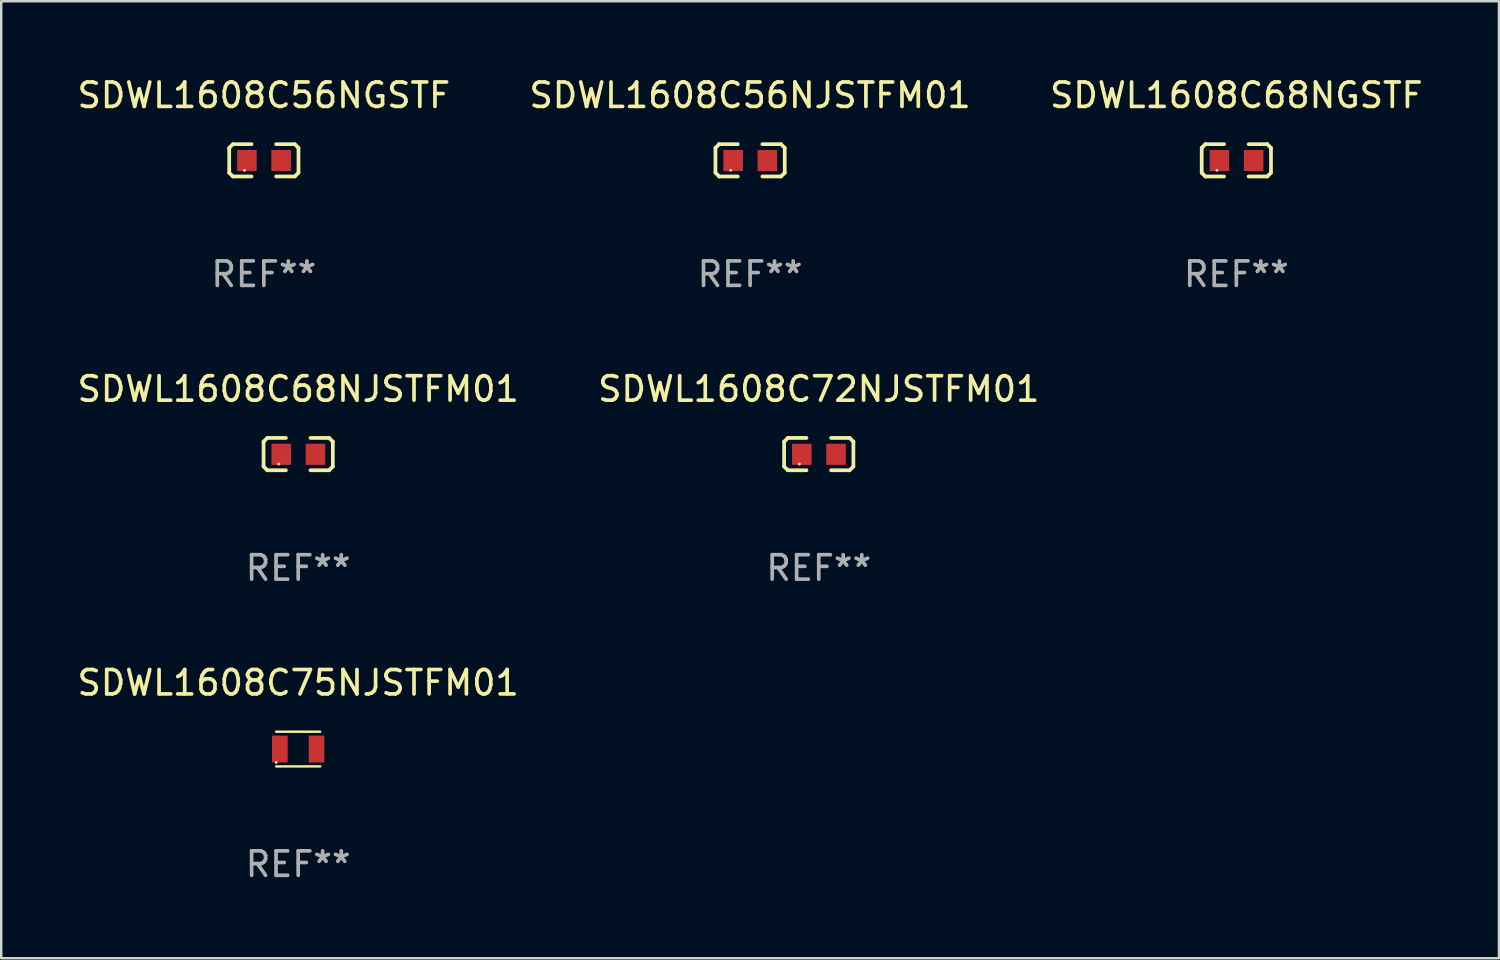
<source format=kicad_pcb>
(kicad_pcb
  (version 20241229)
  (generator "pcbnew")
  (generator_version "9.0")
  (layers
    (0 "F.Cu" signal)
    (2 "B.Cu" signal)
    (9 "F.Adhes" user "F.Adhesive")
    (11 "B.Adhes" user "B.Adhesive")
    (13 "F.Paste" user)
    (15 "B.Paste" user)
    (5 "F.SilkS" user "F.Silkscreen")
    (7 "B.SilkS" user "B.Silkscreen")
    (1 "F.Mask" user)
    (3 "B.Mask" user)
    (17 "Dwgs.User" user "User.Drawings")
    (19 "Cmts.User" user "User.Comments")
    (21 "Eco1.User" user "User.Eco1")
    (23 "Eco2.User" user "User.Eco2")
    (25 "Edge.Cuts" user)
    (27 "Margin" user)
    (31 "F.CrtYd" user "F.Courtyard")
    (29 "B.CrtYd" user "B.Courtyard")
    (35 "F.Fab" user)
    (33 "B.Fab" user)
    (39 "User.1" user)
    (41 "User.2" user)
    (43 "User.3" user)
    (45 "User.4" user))
  (footprint "SDWL1608C75NJSTFM01"
    (layer "F.Cu")
    (at 9.149 27.594)
    (property "Reference" "SDWL1608C75NJSTFM01" (at 0 -2.71 0) (layer "F.SilkS") (effects (font (size 1 1) (thickness 0.15))))
    (attr through_hole)
    (fp_line (start -0.9 -0.71) (end 0.9 -0.71) (stroke (width 0.1) (type solid)) (layer "F.SilkS"))
    (fp_line (start 0.9 0.71) (end -0.9 0.71) (stroke (width 0.1) (type solid)) (layer "F.SilkS"))
    (fp_circle (center -0.9 0.55) (end -0.87 0.55) (stroke (width 0.06) (type solid)) (fill no) (layer "F.SilkS"))
    (fp_text user "REF**" (at 0 4.71 0) (layer "F.Fab") (effects (font (size 1 1) (thickness 0.15))))
    (pad "1" smd rect (at -0.75 0) (size 0.64 1.1) (layers "F.Cu" "F.Mask" "F.Paste"))
    (pad "2" smd rect (at 0.75 0) (size 0.64 1.1) (layers "F.Cu" "F.Mask" "F.Paste")))
  (footprint "SDWL1608C56NJSTFM01"
    (layer "F.Cu")
    (at 27.637 3.509)
    (property "Reference" "SDWL1608C56NJSTFM01" (at 0 -2.661 0) (layer "F.SilkS") (effects (font (size 1 1) (thickness 0.15))))
    (attr through_hole)
    (fp_line (start -1.417 -0.508) (end -1.265 -0.661) (stroke (width 0.152) (type solid)) (layer "F.SilkS"))
    (fp_line (start -1.417 0.508) (end -1.417 -0.508) (stroke (width 0.152) (type solid)) (layer "F.SilkS"))
    (fp_line (start -1.265 -0.661) (end -0.503 -0.661) (stroke (width 0.152) (type solid)) (layer "F.SilkS"))
    (fp_line (start -1.265 0.661) (end -1.417 0.508) (stroke (width 0.152) (type solid)) (layer "F.SilkS"))
    (fp_line (start -1.265 0.661) (end -0.503 0.661) (stroke (width 0.152) (type solid)) (layer "F.SilkS"))
    (fp_line (start 1.265 -0.661) (end 0.503 -0.661) (stroke (width 0.152) (type solid)) (layer "F.SilkS"))
    (fp_line (start 1.265 -0.661) (end 1.417 -0.508) (stroke (width 0.152) (type solid)) (layer "F.SilkS"))
    (fp_line (start 1.265 0.661) (end 0.503 0.661) (stroke (width 0.152) (type solid)) (layer "F.SilkS"))
    (fp_line (start 1.417 -0.508) (end 1.417 0.508) (stroke (width 0.152) (type solid)) (layer "F.SilkS"))
    (fp_line (start 1.417 0.508) (end 1.265 0.661) (stroke (width 0.152) (type solid)) (layer "F.SilkS"))
    (fp_circle (center -0.793 0.409) (end -0.763 0.409) (stroke (width 0.06) (type solid)) (fill no) (layer "F.SilkS"))
    (fp_text user "REF**" (at 0 4.661 0) (layer "F.Fab") (effects (font (size 1 1) (thickness 0.15))))
    (pad "1" smd rect (at -0.693 0.009 180) (size 0.8 0.864) (layers "F.Cu" "F.Mask" "F.Paste"))
    (pad "2" smd rect (at 0.707 0.009 180) (size 0.8 0.864) (layers "F.Cu" "F.Mask" "F.Paste")))
  (footprint "SDWL1608C56NGSTF"
    (layer "F.Cu")
    (at 7.744 3.509)
    (property "Reference" "SDWL1608C56NGSTF" (at 0 -2.661 0) (layer "F.SilkS") (effects (font (size 1 1) (thickness 0.15))))
    (attr through_hole)
    (fp_line (start -1.417 -0.508) (end -1.265 -0.661) (stroke (width 0.152) (type solid)) (layer "F.SilkS"))
    (fp_line (start -1.417 0.508) (end -1.417 -0.508) (stroke (width 0.152) (type solid)) (layer "F.SilkS"))
    (fp_line (start -1.265 -0.661) (end -0.503 -0.661) (stroke (width 0.152) (type solid)) (layer "F.SilkS"))
    (fp_line (start -1.265 0.661) (end -1.417 0.508) (stroke (width 0.152) (type solid)) (layer "F.SilkS"))
    (fp_line (start -1.265 0.661) (end -0.503 0.661) (stroke (width 0.152) (type solid)) (layer "F.SilkS"))
    (fp_line (start 1.265 -0.661) (end 0.503 -0.661) (stroke (width 0.152) (type solid)) (layer "F.SilkS"))
    (fp_line (start 1.265 -0.661) (end 1.417 -0.508) (stroke (width 0.152) (type solid)) (layer "F.SilkS"))
    (fp_line (start 1.265 0.661) (end 0.503 0.661) (stroke (width 0.152) (type solid)) (layer "F.SilkS"))
    (fp_line (start 1.417 -0.508) (end 1.417 0.508) (stroke (width 0.152) (type solid)) (layer "F.SilkS"))
    (fp_line (start 1.417 0.508) (end 1.265 0.661) (stroke (width 0.152) (type solid)) (layer "F.SilkS"))
    (fp_circle (center -0.793 0.409) (end -0.763 0.409) (stroke (width 0.06) (type solid)) (fill no) (layer "F.SilkS"))
    (fp_text user "REF**" (at 0 4.661 0) (layer "F.Fab") (effects (font (size 1 1) (thickness 0.15))))
    (pad "1" smd rect (at -0.693 0.009 180) (size 0.8 0.864) (layers "F.Cu" "F.Mask" "F.Paste"))
    (pad "2" smd rect (at 0.707 0.009 180) (size 0.8 0.864) (layers "F.Cu" "F.Mask" "F.Paste")))
  (footprint "SDWL1608C68NJSTFM01"
    (layer "F.Cu")
    (at 9.149 15.527)
    (property "Reference" "SDWL1608C68NJSTFM01" (at 0 -2.661 0) (layer "F.SilkS") (effects (font (size 1 1) (thickness 0.15))))
    (attr through_hole)
    (fp_line (start -1.417 -0.508) (end -1.265 -0.661) (stroke (width 0.152) (type solid)) (layer "F.SilkS"))
    (fp_line (start -1.417 0.508) (end -1.417 -0.508) (stroke (width 0.152) (type solid)) (layer "F.SilkS"))
    (fp_line (start -1.265 -0.661) (end -0.503 -0.661) (stroke (width 0.152) (type solid)) (layer "F.SilkS"))
    (fp_line (start -1.265 0.661) (end -1.417 0.508) (stroke (width 0.152) (type solid)) (layer "F.SilkS"))
    (fp_line (start -1.265 0.661) (end -0.503 0.661) (stroke (width 0.152) (type solid)) (layer "F.SilkS"))
    (fp_line (start 1.265 -0.661) (end 0.503 -0.661) (stroke (width 0.152) (type solid)) (layer "F.SilkS"))
    (fp_line (start 1.265 -0.661) (end 1.417 -0.508) (stroke (width 0.152) (type solid)) (layer "F.SilkS"))
    (fp_line (start 1.265 0.661) (end 0.503 0.661) (stroke (width 0.152) (type solid)) (layer "F.SilkS"))
    (fp_line (start 1.417 -0.508) (end 1.417 0.508) (stroke (width 0.152) (type solid)) (layer "F.SilkS"))
    (fp_line (start 1.417 0.508) (end 1.265 0.661) (stroke (width 0.152) (type solid)) (layer "F.SilkS"))
    (fp_circle (center -0.793 0.409) (end -0.763 0.409) (stroke (width 0.06) (type solid)) (fill no) (layer "F.SilkS"))
    (fp_text user "REF**" (at 0 4.661 0) (layer "F.Fab") (effects (font (size 1 1) (thickness 0.15))))
    (pad "1" smd rect (at -0.693 0.009 180) (size 0.8 0.864) (layers "F.Cu" "F.Mask" "F.Paste"))
    (pad "2" smd rect (at 0.707 0.009 180) (size 0.8 0.864) (layers "F.Cu" "F.Mask" "F.Paste")))
  (footprint "SDWL1608C68NGSTF"
    (layer "F.Cu")
    (at 47.53 3.509)
    (property "Reference" "SDWL1608C68NGSTF" (at 0 -2.661 0) (layer "F.SilkS") (effects (font (size 1 1) (thickness 0.15))))
    (attr through_hole)
    (fp_line (start -1.417 -0.508) (end -1.265 -0.661) (stroke (width 0.152) (type solid)) (layer "F.SilkS"))
    (fp_line (start -1.417 0.508) (end -1.417 -0.508) (stroke (width 0.152) (type solid)) (layer "F.SilkS"))
    (fp_line (start -1.265 -0.661) (end -0.503 -0.661) (stroke (width 0.152) (type solid)) (layer "F.SilkS"))
    (fp_line (start -1.265 0.661) (end -1.417 0.508) (stroke (width 0.152) (type solid)) (layer "F.SilkS"))
    (fp_line (start -1.265 0.661) (end -0.503 0.661) (stroke (width 0.152) (type solid)) (layer "F.SilkS"))
    (fp_line (start 1.265 -0.661) (end 0.503 -0.661) (stroke (width 0.152) (type solid)) (layer "F.SilkS"))
    (fp_line (start 1.265 -0.661) (end 1.417 -0.508) (stroke (width 0.152) (type solid)) (layer "F.SilkS"))
    (fp_line (start 1.265 0.661) (end 0.503 0.661) (stroke (width 0.152) (type solid)) (layer "F.SilkS"))
    (fp_line (start 1.417 -0.508) (end 1.417 0.508) (stroke (width 0.152) (type solid)) (layer "F.SilkS"))
    (fp_line (start 1.417 0.508) (end 1.265 0.661) (stroke (width 0.152) (type solid)) (layer "F.SilkS"))
    (fp_circle (center -0.793 0.409) (end -0.763 0.409) (stroke (width 0.06) (type solid)) (fill no) (layer "F.SilkS"))
    (fp_text user "REF**" (at 0 4.661 0) (layer "F.Fab") (effects (font (size 1 1) (thickness 0.15))))
    (pad "1" smd rect (at -0.693 0.009 180) (size 0.8 0.864) (layers "F.Cu" "F.Mask" "F.Paste"))
    (pad "2" smd rect (at 0.707 0.009 180) (size 0.8 0.864) (layers "F.Cu" "F.Mask" "F.Paste")))
  (footprint "SDWL1608C72NJSTFM01"
    (layer "F.Cu")
    (at 30.446 15.527)
    (property "Reference" "SDWL1608C72NJSTFM01" (at 0 -2.661 0) (layer "F.SilkS") (effects (font (size 1 1) (thickness 0.15))))
    (attr through_hole)
    (fp_line (start -1.417 -0.508) (end -1.265 -0.661) (stroke (width 0.152) (type solid)) (layer "F.SilkS"))
    (fp_line (start -1.417 0.508) (end -1.417 -0.508) (stroke (width 0.152) (type solid)) (layer "F.SilkS"))
    (fp_line (start -1.265 -0.661) (end -0.503 -0.661) (stroke (width 0.152) (type solid)) (layer "F.SilkS"))
    (fp_line (start -1.265 0.661) (end -1.417 0.508) (stroke (width 0.152) (type solid)) (layer "F.SilkS"))
    (fp_line (start -1.265 0.661) (end -0.503 0.661) (stroke (width 0.152) (type solid)) (layer "F.SilkS"))
    (fp_line (start 1.265 -0.661) (end 0.503 -0.661) (stroke (width 0.152) (type solid)) (layer "F.SilkS"))
    (fp_line (start 1.265 -0.661) (end 1.417 -0.508) (stroke (width 0.152) (type solid)) (layer "F.SilkS"))
    (fp_line (start 1.265 0.661) (end 0.503 0.661) (stroke (width 0.152) (type solid)) (layer "F.SilkS"))
    (fp_line (start 1.417 -0.508) (end 1.417 0.508) (stroke (width 0.152) (type solid)) (layer "F.SilkS"))
    (fp_line (start 1.417 0.508) (end 1.265 0.661) (stroke (width 0.152) (type solid)) (layer "F.SilkS"))
    (fp_circle (center -0.793 0.409) (end -0.763 0.409) (stroke (width 0.06) (type solid)) (fill no) (layer "F.SilkS"))
    (fp_text user "REF**" (at 0 4.661 0) (layer "F.Fab") (effects (font (size 1 1) (thickness 0.15))))
    (pad "1" smd rect (at -0.693 0.009 180) (size 0.8 0.864) (layers "F.Cu" "F.Mask" "F.Paste"))
    (pad "2" smd rect (at 0.707 0.009 180) (size 0.8 0.864) (layers "F.Cu" "F.Mask" "F.Paste")))
  (gr_rect
    (start -3 -3)
    (end 58.274 36.152)
    (stroke (width 0.1) (type default))
    (fill no)
    (layer "Edge.Cuts")))
</source>
